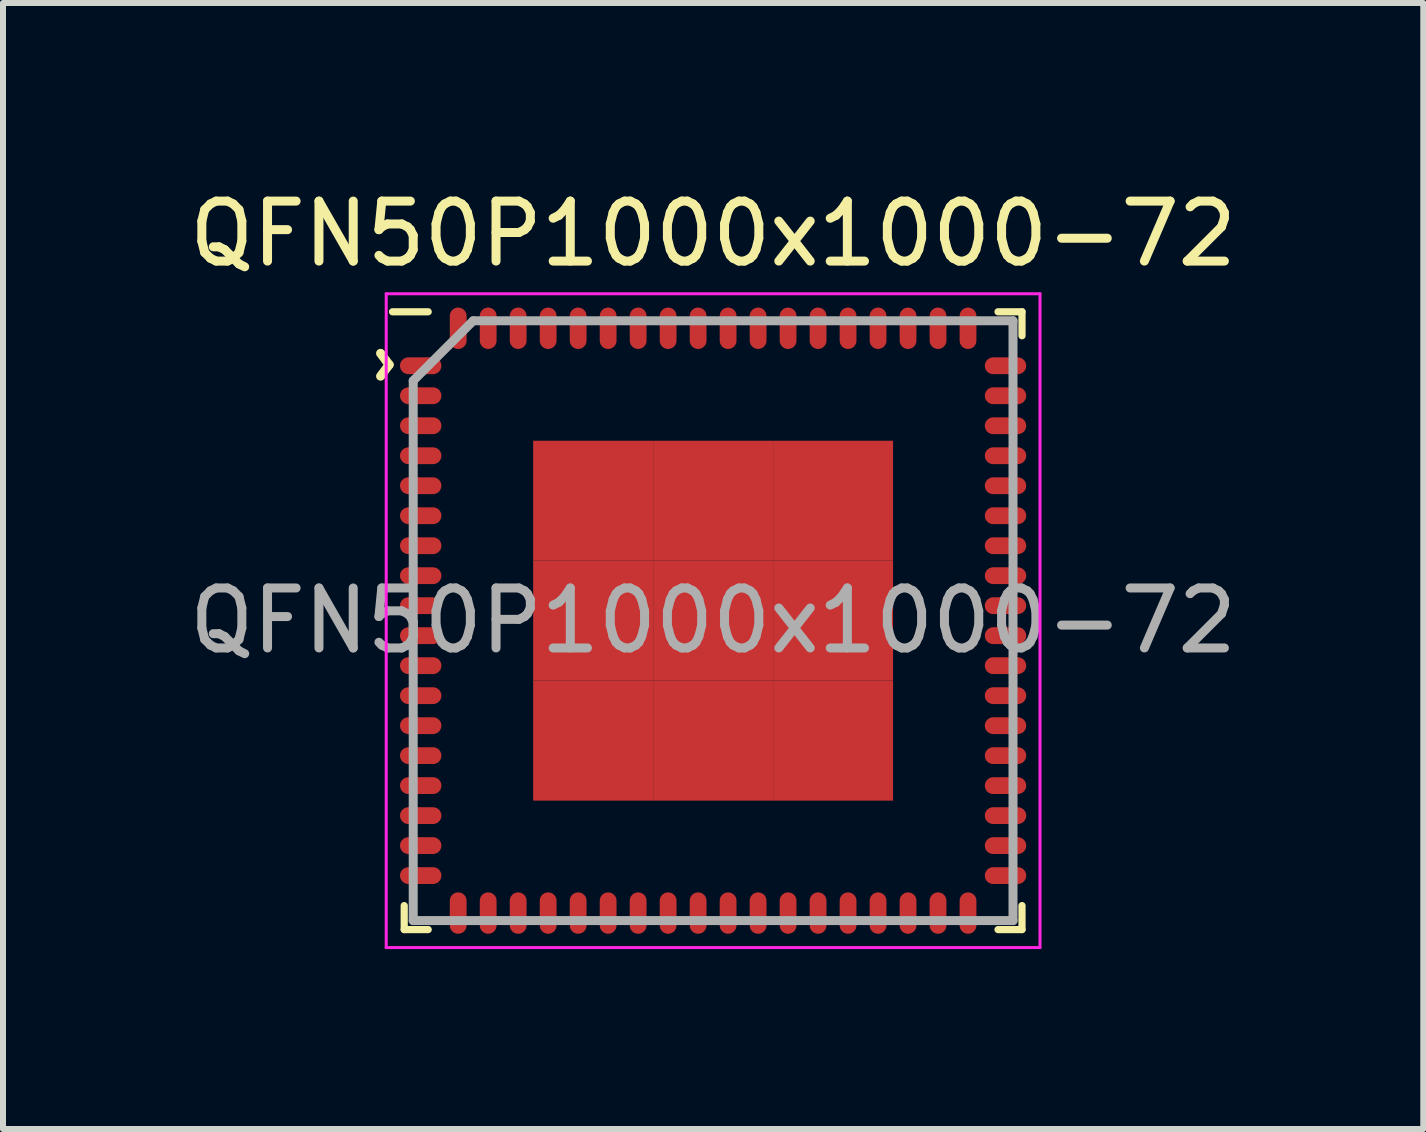
<source format=kicad_pcb>
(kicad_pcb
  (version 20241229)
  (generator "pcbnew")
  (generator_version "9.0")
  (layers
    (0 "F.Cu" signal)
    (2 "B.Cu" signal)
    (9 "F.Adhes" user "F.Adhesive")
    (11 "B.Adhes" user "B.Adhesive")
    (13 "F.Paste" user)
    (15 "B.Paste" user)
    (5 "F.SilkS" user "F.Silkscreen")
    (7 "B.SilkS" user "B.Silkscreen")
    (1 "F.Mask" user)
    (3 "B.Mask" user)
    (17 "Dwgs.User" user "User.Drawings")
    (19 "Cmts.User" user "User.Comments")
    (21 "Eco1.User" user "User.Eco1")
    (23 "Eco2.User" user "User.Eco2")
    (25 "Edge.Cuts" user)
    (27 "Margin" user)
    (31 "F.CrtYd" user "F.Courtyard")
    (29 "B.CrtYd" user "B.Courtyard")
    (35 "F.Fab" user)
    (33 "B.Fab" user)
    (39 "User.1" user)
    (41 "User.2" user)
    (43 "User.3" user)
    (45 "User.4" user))
  (footprint "QFN50P1000x1000-72"
    (layer "F.Cu")
    (at 8.839 7.298)
    (property "Reference" "QFN50P1000x1000-72" (at 0 -6.45 0) (layer "F.SilkS") (effects (font (size 1 1) (thickness 0.15))))
    (attr smd)
    (fp_line (start -5.15 5.15) (end -5.15 4.75) (stroke (width 0.12) (type solid)) (layer "F.SilkS"))
    (fp_line (start -4.75 -5.15) (end -5.345 -5.15) (stroke (width 0.12) (type solid)) (layer "F.SilkS"))
    (fp_line (start -4.75 5.15) (end -5.15 5.15) (stroke (width 0.12) (type solid)) (layer "F.SilkS"))
    (fp_line (start 4.75 -5.15) (end 5.15 -5.15) (stroke (width 0.12) (type solid)) (layer "F.SilkS"))
    (fp_line (start 4.75 5.15) (end 5.15 5.15) (stroke (width 0.12) (type solid)) (layer "F.SilkS"))
    (fp_line (start 5.15 -5.15) (end 5.15 -4.75) (stroke (width 0.12) (type solid)) (layer "F.SilkS"))
    (fp_line (start 5.15 5.15) (end 5.15 4.75) (stroke (width 0.12) (type solid)) (layer "F.SilkS"))
    (fp_line (start -5.45 -5.45) (end 5.45 -5.45) (stroke (width 0.05) (type solid)) (layer "F.CrtYd"))
    (fp_line (start -5.45 5.45) (end -5.45 -5.45) (stroke (width 0.05) (type solid)) (layer "F.CrtYd"))
    (fp_line (start 5.45 -5.45) (end 5.45 5.45) (stroke (width 0.05) (type solid)) (layer "F.CrtYd"))
    (fp_line (start 5.45 5.45) (end -5.45 5.45) (stroke (width 0.05) (type solid)) (layer "F.CrtYd"))
    (fp_line (start -5 -4) (end -5 5) (stroke (width 0.15) (type solid)) (layer "F.Fab"))
    (fp_line (start -5 5) (end 5 5) (stroke (width 0.15) (type solid)) (layer "F.Fab"))
    (fp_line (start -4 -5) (end -5 -4) (stroke (width 0.15) (type solid)) (layer "F.Fab"))
    (fp_line (start 5 -5) (end -4 -5) (stroke (width 0.15) (type solid)) (layer "F.Fab"))
    (fp_line (start 5 5) (end 5 -5) (stroke (width 0.15) (type solid)) (layer "F.Fab"))
    (fp_text user "^" (at -5.994 -4.267 270) (unlocked yes) (layer "F.SilkS") (effects (font (size 1 1) (thickness 0.15))))
    (fp_text user "${REFERENCE}" (at 0 0 0) (layer "F.Fab") (effects (font (size 1 1) (thickness 0.15))))
    (pad "1" smd oval (at -4.875 -4.25 90) (size 0.28 0.69) (layers "F.Cu" "F.Mask" "F.Paste"))
    (pad "2" smd oval (at -4.875 -3.75 90) (size 0.28 0.69) (layers "F.Cu" "F.Mask" "F.Paste"))
    (pad "3" smd oval (at -4.875 -3.25 90) (size 0.28 0.69) (layers "F.Cu" "F.Mask" "F.Paste"))
    (pad "4" smd oval (at -4.875 -2.75 90) (size 0.28 0.69) (layers "F.Cu" "F.Mask" "F.Paste"))
    (pad "5" smd oval (at -4.875 -2.25 90) (size 0.28 0.69) (layers "F.Cu" "F.Mask" "F.Paste"))
    (pad "6" smd oval (at -4.875 -1.75 90) (size 0.28 0.69) (layers "F.Cu" "F.Mask" "F.Paste"))
    (pad "7" smd oval (at -4.875 -1.25 90) (size 0.28 0.69) (layers "F.Cu" "F.Mask" "F.Paste"))
    (pad "8" smd oval (at -4.875 -0.75 90) (size 0.28 0.69) (layers "F.Cu" "F.Mask" "F.Paste"))
    (pad "9" smd oval (at -4.875 -0.25 90) (size 0.28 0.69) (layers "F.Cu" "F.Mask" "F.Paste"))
    (pad "10" smd oval (at -4.875 0.25 90) (size 0.28 0.69) (layers "F.Cu" "F.Mask" "F.Paste"))
    (pad "11" smd oval (at -4.875 0.75 90) (size 0.28 0.69) (layers "F.Cu" "F.Mask" "F.Paste"))
    (pad "12" smd oval (at -4.875 1.25 90) (size 0.28 0.69) (layers "F.Cu" "F.Mask" "F.Paste"))
    (pad "13" smd oval (at -4.875 1.75 90) (size 0.28 0.69) (layers "F.Cu" "F.Mask" "F.Paste"))
    (pad "14" smd oval (at -4.875 2.25 90) (size 0.28 0.69) (layers "F.Cu" "F.Mask" "F.Paste"))
    (pad "15" smd oval (at -4.875 2.75 90) (size 0.28 0.69) (layers "F.Cu" "F.Mask" "F.Paste"))
    (pad "16" smd oval (at -4.875 3.25 90) (size 0.28 0.69) (layers "F.Cu" "F.Mask" "F.Paste"))
    (pad "17" smd oval (at -4.875 3.75 90) (size 0.28 0.69) (layers "F.Cu" "F.Mask" "F.Paste"))
    (pad "18" smd oval (at -4.875 4.25 90) (size 0.28 0.69) (layers "F.Cu" "F.Mask" "F.Paste"))
    (pad "19" smd oval (at -4.25 4.875) (size 0.28 0.69) (layers "F.Cu" "F.Mask" "F.Paste"))
    (pad "20" smd oval (at -3.75 4.875) (size 0.28 0.69) (layers "F.Cu" "F.Mask" "F.Paste"))
    (pad "21" smd oval (at -3.25 4.875) (size 0.28 0.69) (layers "F.Cu" "F.Mask" "F.Paste"))
    (pad "22" smd oval (at -2.75 4.875) (size 0.28 0.69) (layers "F.Cu" "F.Mask" "F.Paste"))
    (pad "23" smd oval (at -2.25 4.875) (size 0.28 0.69) (layers "F.Cu" "F.Mask" "F.Paste"))
    (pad "24" smd oval (at -1.75 4.875) (size 0.28 0.69) (layers "F.Cu" "F.Mask" "F.Paste"))
    (pad "25" smd oval (at -1.25 4.875) (size 0.28 0.69) (layers "F.Cu" "F.Mask" "F.Paste"))
    (pad "26" smd oval (at -0.75 4.875) (size 0.28 0.69) (layers "F.Cu" "F.Mask" "F.Paste"))
    (pad "27" smd oval (at -0.25 4.875) (size 0.28 0.69) (layers "F.Cu" "F.Mask" "F.Paste"))
    (pad "28" smd oval (at 0.25 4.875) (size 0.28 0.69) (layers "F.Cu" "F.Mask" "F.Paste"))
    (pad "29" smd oval (at 0.75 4.875) (size 0.28 0.69) (layers "F.Cu" "F.Mask" "F.Paste"))
    (pad "30" smd oval (at 1.25 4.875) (size 0.28 0.69) (layers "F.Cu" "F.Mask" "F.Paste"))
    (pad "31" smd oval (at 1.75 4.875) (size 0.28 0.69) (layers "F.Cu" "F.Mask" "F.Paste"))
    (pad "32" smd oval (at 2.25 4.875) (size 0.28 0.69) (layers "F.Cu" "F.Mask" "F.Paste"))
    (pad "33" smd oval (at 2.75 4.875) (size 0.28 0.69) (layers "F.Cu" "F.Mask" "F.Paste"))
    (pad "34" smd oval (at 3.25 4.875) (size 0.28 0.69) (layers "F.Cu" "F.Mask" "F.Paste"))
    (pad "35" smd oval (at 3.75 4.875) (size 0.28 0.69) (layers "F.Cu" "F.Mask" "F.Paste"))
    (pad "36" smd oval (at 4.25 4.875) (size 0.28 0.69) (layers "F.Cu" "F.Mask" "F.Paste"))
    (pad "37" smd oval (at 4.875 4.25 90) (size 0.28 0.69) (layers "F.Cu" "F.Mask" "F.Paste"))
    (pad "38" smd oval (at 4.875 3.75 90) (size 0.28 0.69) (layers "F.Cu" "F.Mask" "F.Paste"))
    (pad "39" smd oval (at 4.875 3.25 90) (size 0.28 0.69) (layers "F.Cu" "F.Mask" "F.Paste"))
    (pad "40" smd oval (at 4.875 2.75 90) (size 0.28 0.69) (layers "F.Cu" "F.Mask" "F.Paste"))
    (pad "41" smd oval (at 4.875 2.25 90) (size 0.28 0.69) (layers "F.Cu" "F.Mask" "F.Paste"))
    (pad "42" smd oval (at 4.875 1.75 90) (size 0.28 0.69) (layers "F.Cu" "F.Mask" "F.Paste"))
    (pad "43" smd oval (at 4.875 1.25 90) (size 0.28 0.69) (layers "F.Cu" "F.Mask" "F.Paste"))
    (pad "44" smd oval (at 4.875 0.75 90) (size 0.28 0.69) (layers "F.Cu" "F.Mask" "F.Paste"))
    (pad "45" smd oval (at 4.875 0.25 90) (size 0.28 0.69) (layers "F.Cu" "F.Mask" "F.Paste"))
    (pad "46" smd oval (at 4.875 -0.25 90) (size 0.28 0.69) (layers "F.Cu" "F.Mask" "F.Paste"))
    (pad "47" smd oval (at 4.875 -0.75 90) (size 0.28 0.69) (layers "F.Cu" "F.Mask" "F.Paste"))
    (pad "48" smd oval (at 4.875 -1.25 90) (size 0.28 0.69) (layers "F.Cu" "F.Mask" "F.Paste"))
    (pad "49" smd oval (at 4.875 -1.75 90) (size 0.28 0.69) (layers "F.Cu" "F.Mask" "F.Paste"))
    (pad "50" smd oval (at 4.875 -2.25 90) (size 0.28 0.69) (layers "F.Cu" "F.Mask" "F.Paste"))
    (pad "51" smd oval (at 4.875 -2.75 90) (size 0.28 0.69) (layers "F.Cu" "F.Mask" "F.Paste"))
    (pad "52" smd oval (at 4.875 -3.25 90) (size 0.28 0.69) (layers "F.Cu" "F.Mask" "F.Paste"))
    (pad "53" smd oval (at 4.875 -3.75 90) (size 0.28 0.69) (layers "F.Cu" "F.Mask" "F.Paste"))
    (pad "54" smd oval (at 4.875 -4.25 90) (size 0.28 0.69) (layers "F.Cu" "F.Mask" "F.Paste"))
    (pad "55" smd oval (at 4.25 -4.875) (size 0.28 0.69) (layers "F.Cu" "F.Mask" "F.Paste"))
    (pad "56" smd oval (at 3.75 -4.875) (size 0.28 0.69) (layers "F.Cu" "F.Mask" "F.Paste"))
    (pad "57" smd oval (at 3.25 -4.875) (size 0.28 0.69) (layers "F.Cu" "F.Mask" "F.Paste"))
    (pad "58" smd oval (at 2.75 -4.875) (size 0.28 0.69) (layers "F.Cu" "F.Mask" "F.Paste"))
    (pad "59" smd oval (at 2.25 -4.875) (size 0.28 0.69) (layers "F.Cu" "F.Mask" "F.Paste"))
    (pad "60" smd oval (at 1.75 -4.875) (size 0.28 0.69) (layers "F.Cu" "F.Mask" "F.Paste"))
    (pad "61" smd oval (at 1.25 -4.875) (size 0.28 0.69) (layers "F.Cu" "F.Mask" "F.Paste"))
    (pad "62" smd oval (at 0.75 -4.875) (size 0.28 0.69) (layers "F.Cu" "F.Mask" "F.Paste"))
    (pad "63" smd oval (at 0.25 -4.875) (size 0.28 0.69) (layers "F.Cu" "F.Mask" "F.Paste"))
    (pad "64" smd oval (at -0.25 -4.875) (size 0.28 0.69) (layers "F.Cu" "F.Mask" "F.Paste"))
    (pad "65" smd oval (at -0.75 -4.875) (size 0.28 0.69) (layers "F.Cu" "F.Mask" "F.Paste"))
    (pad "66" smd oval (at -1.25 -4.875) (size 0.28 0.69) (layers "F.Cu" "F.Mask" "F.Paste"))
    (pad "67" smd oval (at -1.75 -4.875) (size 0.28 0.69) (layers "F.Cu" "F.Mask" "F.Paste"))
    (pad "68" smd oval (at -2.25 -4.875) (size 0.28 0.69) (layers "F.Cu" "F.Mask" "F.Paste"))
    (pad "69" smd oval (at -2.75 -4.875) (size 0.28 0.69) (layers "F.Cu" "F.Mask" "F.Paste"))
    (pad "70" smd oval (at -3.25 -4.875) (size 0.28 0.69) (layers "F.Cu" "F.Mask" "F.Paste"))
    (pad "71" smd oval (at -3.75 -4.875) (size 0.28 0.69) (layers "F.Cu" "F.Mask" "F.Paste"))
    (pad "72" smd oval (at -4.25 -4.875) (size 0.28 0.69) (layers "F.Cu" "F.Mask" "F.Paste"))
    (pad "73" smd rect (at -2 -2) (size 2 2) (layers "F.Cu" "F.Mask" "F.Paste"))
    (pad "73" smd rect (at -2 0) (size 2 2) (layers "F.Cu" "F.Mask" "F.Paste"))
    (pad "73" smd rect (at -2 2) (size 2 2) (layers "F.Cu" "F.Mask" "F.Paste"))
    (pad "73" smd rect (at 0 -2) (size 2 2) (layers "F.Cu" "F.Mask" "F.Paste"))
    (pad "73" smd rect (at 0 0) (size 2 2) (layers "F.Cu" "F.Mask" "F.Paste"))
    (pad "73" smd rect (at 0 2) (size 2 2) (layers "F.Cu" "F.Mask" "F.Paste"))
    (pad "73" smd rect (at 2 -2) (size 2 2) (layers "F.Cu" "F.Mask" "F.Paste"))
    (pad "73" smd rect (at 2 0) (size 2 2) (layers "F.Cu" "F.Mask" "F.Paste"))
    (pad "73" smd rect (at 2 2) (size 2 2) (layers "F.Cu" "F.Mask" "F.Paste")))
  (gr_rect
    (start -3 -3)
    (end 20.679 15.773)
    (stroke (width 0.1) (type default))
    (fill no)
    (layer "Edge.Cuts")))
</source>
